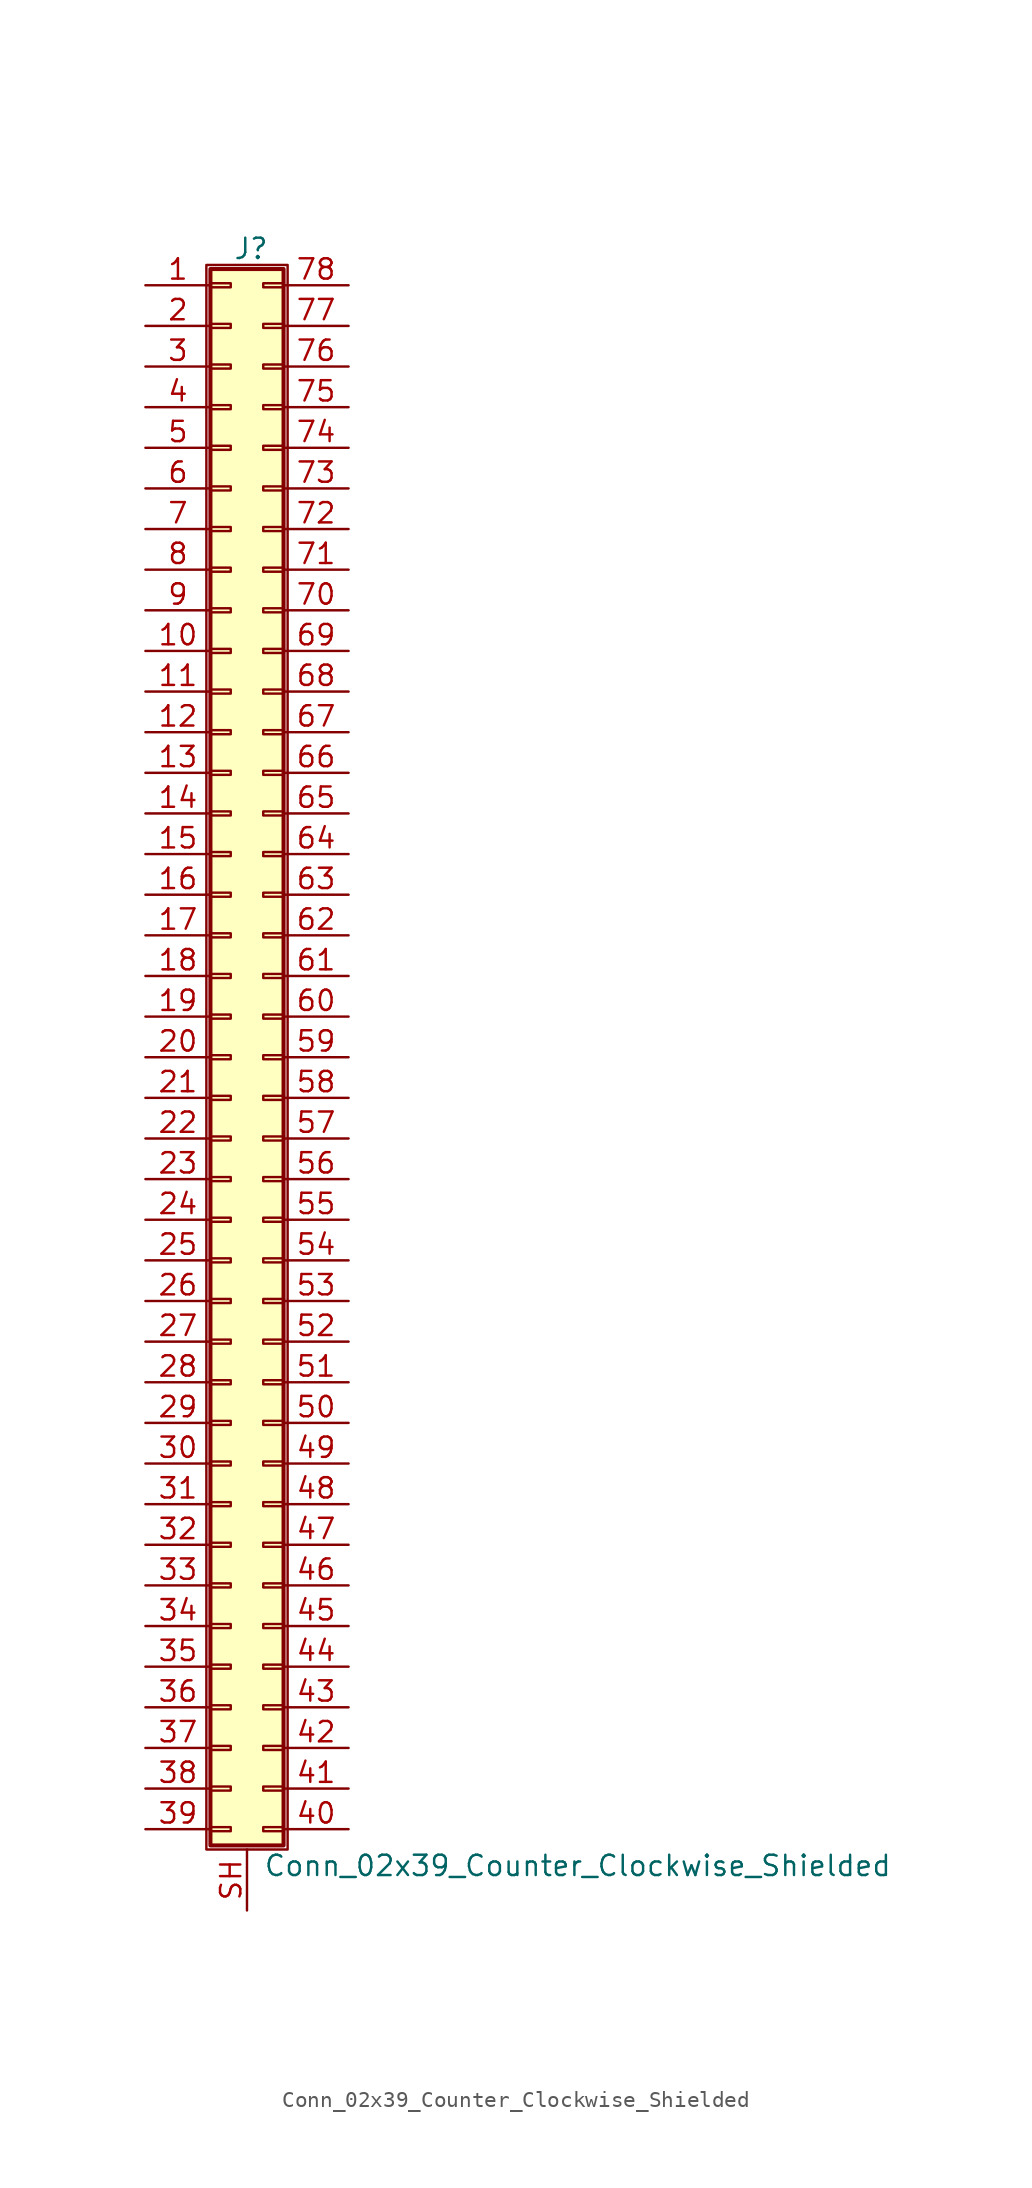
<source format=kicad_sym>
(kicad_symbol_lib
  (version 20220914)
  (generator kicad_symbol_editor)
  (symbol "Conn_02x39_Counter_Clockwise_Shielded"
    (pin_names
      (offset 1.016) hide)
    (property "Reference" "J"
      (at 1.524 50.546 0)
      (effects (font (size 1.27 1.27))))
    (property "Value" "Conn_02x39_Counter_Clockwise_Shielded"
      (at 2.286 -50.546 0)
      (effects (font (size 1.27 1.27)) (justify left)))
    (symbol "Conn_02x39_Counter_Clockwise_Shielded_1_1"
      (rectangle (start -1.27 49.53) (end 3.81 -49.53) (stroke (width 0.152) (type default)) (fill (type none)))
      (rectangle (start -1.016 -48.133) (end 0.254 -48.387) (stroke (width 0.152) (type default)) (fill (type none)))
      (rectangle (start -1.016 -45.593) (end 0.254 -45.847) (stroke (width 0.152) (type default)) (fill (type none)))
      (rectangle (start -1.016 -43.053) (end 0.254 -43.307) (stroke (width 0.152) (type default)) (fill (type none)))
      (rectangle (start -1.016 -40.513) (end 0.254 -40.767) (stroke (width 0.152) (type default)) (fill (type none)))
      (rectangle (start -1.016 -37.973) (end 0.254 -38.227) (stroke (width 0.152) (type default)) (fill (type none)))
      (rectangle (start -1.016 -35.433) (end 0.254 -35.687) (stroke (width 0.152) (type default)) (fill (type none)))
      (rectangle (start -1.016 -32.893) (end 0.254 -33.147) (stroke (width 0.152) (type default)) (fill (type none)))
      (rectangle (start -1.016 -30.353) (end 0.254 -30.607) (stroke (width 0.152) (type default)) (fill (type none)))
      (rectangle (start -1.016 -27.813) (end 0.254 -28.067) (stroke (width 0.152) (type default)) (fill (type none)))
      (rectangle (start -1.016 -25.273) (end 0.254 -25.527) (stroke (width 0.152) (type default)) (fill (type none)))
      (rectangle (start -1.016 -22.733) (end 0.254 -22.987) (stroke (width 0.152) (type default)) (fill (type none)))
      (rectangle (start -1.016 -20.193) (end 0.254 -20.447) (stroke (width 0.152) (type default)) (fill (type none)))
      (rectangle (start -1.016 -17.653) (end 0.254 -17.907) (stroke (width 0.152) (type default)) (fill (type none)))
      (rectangle (start -1.016 -15.113) (end 0.254 -15.367) (stroke (width 0.152) (type default)) (fill (type none)))
      (rectangle (start -1.016 -12.573) (end 0.254 -12.827) (stroke (width 0.152) (type default)) (fill (type none)))
      (rectangle (start -1.016 -10.033) (end 0.254 -10.287) (stroke (width 0.152) (type default)) (fill (type none)))
      (rectangle (start -1.016 -7.493) (end 0.254 -7.747) (stroke (width 0.152) (type default)) (fill (type none)))
      (rectangle (start -1.016 -4.953) (end 0.254 -5.207) (stroke (width 0.152) (type default)) (fill (type none)))
      (rectangle (start -1.016 -2.413) (end 0.254 -2.667) (stroke (width 0.152) (type default)) (fill (type none)))
      (rectangle (start -1.016 0.127) (end 0.254 -0.127) (stroke (width 0.152) (type default)) (fill (type none)))
      (rectangle (start -1.016 2.667) (end 0.254 2.413) (stroke (width 0.152) (type default)) (fill (type none)))
      (rectangle (start -1.016 5.207) (end 0.254 4.953) (stroke (width 0.152) (type default)) (fill (type none)))
      (rectangle (start -1.016 7.747) (end 0.254 7.493) (stroke (width 0.152) (type default)) (fill (type none)))
      (rectangle (start -1.016 10.287) (end 0.254 10.033) (stroke (width 0.152) (type default)) (fill (type none)))
      (rectangle (start -1.016 12.827) (end 0.254 12.573) (stroke (width 0.152) (type default)) (fill (type none)))
      (rectangle (start -1.016 15.367) (end 0.254 15.113) (stroke (width 0.152) (type default)) (fill (type none)))
      (rectangle (start -1.016 17.907) (end 0.254 17.653) (stroke (width 0.152) (type default)) (fill (type none)))
      (rectangle (start -1.016 20.447) (end 0.254 20.193) (stroke (width 0.152) (type default)) (fill (type none)))
      (rectangle (start -1.016 22.987) (end 0.254 22.733) (stroke (width 0.152) (type default)) (fill (type none)))
      (rectangle (start -1.016 25.527) (end 0.254 25.273) (stroke (width 0.152) (type default)) (fill (type none)))
      (rectangle (start -1.016 28.067) (end 0.254 27.813) (stroke (width 0.152) (type default)) (fill (type none)))
      (rectangle (start -1.016 30.607) (end 0.254 30.353) (stroke (width 0.152) (type default)) (fill (type none)))
      (rectangle (start -1.016 33.147) (end 0.254 32.893) (stroke (width 0.152) (type default)) (fill (type none)))
      (rectangle (start -1.016 35.687) (end 0.254 35.433) (stroke (width 0.152) (type default)) (fill (type none)))
      (rectangle (start -1.016 38.227) (end 0.254 37.973) (stroke (width 0.152) (type default)) (fill (type none)))
      (rectangle (start -1.016 40.767) (end 0.254 40.513) (stroke (width 0.152) (type default)) (fill (type none)))
      (rectangle (start -1.016 43.307) (end 0.254 43.053) (stroke (width 0.152) (type default)) (fill (type none)))
      (rectangle (start -1.016 45.847) (end 0.254 45.593) (stroke (width 0.152) (type default)) (fill (type none)))
      (rectangle (start -1.016 48.387) (end 0.254 48.133) (stroke (width 0.152) (type default)) (fill (type none)))
      (rectangle (start -1.016 49.276) (end 3.556 -49.276) (stroke (width 0.254) (type default)) (fill (type background)))
      (rectangle (start 3.556 -48.133) (end 2.286 -48.387) (stroke (width 0.152) (type default)) (fill (type none)))
      (rectangle (start 3.556 -45.593) (end 2.286 -45.847) (stroke (width 0.152) (type default)) (fill (type none)))
      (rectangle (start 3.556 -43.053) (end 2.286 -43.307) (stroke (width 0.152) (type default)) (fill (type none)))
      (rectangle (start 3.556 -40.513) (end 2.286 -40.767) (stroke (width 0.152) (type default)) (fill (type none)))
      (rectangle (start 3.556 -37.973) (end 2.286 -38.227) (stroke (width 0.152) (type default)) (fill (type none)))
      (rectangle (start 3.556 -35.433) (end 2.286 -35.687) (stroke (width 0.152) (type default)) (fill (type none)))
      (rectangle (start 3.556 -32.893) (end 2.286 -33.147) (stroke (width 0.152) (type default)) (fill (type none)))
      (rectangle (start 3.556 -30.353) (end 2.286 -30.607) (stroke (width 0.152) (type default)) (fill (type none)))
      (rectangle (start 3.556 -27.813) (end 2.286 -28.067) (stroke (width 0.152) (type default)) (fill (type none)))
      (rectangle (start 3.556 -25.273) (end 2.286 -25.527) (stroke (width 0.152) (type default)) (fill (type none)))
      (rectangle (start 3.556 -22.733) (end 2.286 -22.987) (stroke (width 0.152) (type default)) (fill (type none)))
      (rectangle (start 3.556 -20.193) (end 2.286 -20.447) (stroke (width 0.152) (type default)) (fill (type none)))
      (rectangle (start 3.556 -17.653) (end 2.286 -17.907) (stroke (width 0.152) (type default)) (fill (type none)))
      (rectangle (start 3.556 -15.113) (end 2.286 -15.367) (stroke (width 0.152) (type default)) (fill (type none)))
      (rectangle (start 3.556 -12.573) (end 2.286 -12.827) (stroke (width 0.152) (type default)) (fill (type none)))
      (rectangle (start 3.556 -10.033) (end 2.286 -10.287) (stroke (width 0.152) (type default)) (fill (type none)))
      (rectangle (start 3.556 -7.493) (end 2.286 -7.747) (stroke (width 0.152) (type default)) (fill (type none)))
      (rectangle (start 3.556 -4.953) (end 2.286 -5.207) (stroke (width 0.152) (type default)) (fill (type none)))
      (rectangle (start 3.556 -2.413) (end 2.286 -2.667) (stroke (width 0.152) (type default)) (fill (type none)))
      (rectangle (start 3.556 0.127) (end 2.286 -0.127) (stroke (width 0.152) (type default)) (fill (type none)))
      (rectangle (start 3.556 2.667) (end 2.286 2.413) (stroke (width 0.152) (type default)) (fill (type none)))
      (rectangle (start 3.556 5.207) (end 2.286 4.953) (stroke (width 0.152) (type default)) (fill (type none)))
      (rectangle (start 3.556 7.747) (end 2.286 7.493) (stroke (width 0.152) (type default)) (fill (type none)))
      (rectangle (start 3.556 10.287) (end 2.286 10.033) (stroke (width 0.152) (type default)) (fill (type none)))
      (rectangle (start 3.556 12.827) (end 2.286 12.573) (stroke (width 0.152) (type default)) (fill (type none)))
      (rectangle (start 3.556 15.367) (end 2.286 15.113) (stroke (width 0.152) (type default)) (fill (type none)))
      (rectangle (start 3.556 17.907) (end 2.286 17.653) (stroke (width 0.152) (type default)) (fill (type none)))
      (rectangle (start 3.556 20.447) (end 2.286 20.193) (stroke (width 0.152) (type default)) (fill (type none)))
      (rectangle (start 3.556 22.987) (end 2.286 22.733) (stroke (width 0.152) (type default)) (fill (type none)))
      (rectangle (start 3.556 25.527) (end 2.286 25.273) (stroke (width 0.152) (type default)) (fill (type none)))
      (rectangle (start 3.556 28.067) (end 2.286 27.813) (stroke (width 0.152) (type default)) (fill (type none)))
      (rectangle (start 3.556 30.607) (end 2.286 30.353) (stroke (width 0.152) (type default)) (fill (type none)))
      (rectangle (start 3.556 33.147) (end 2.286 32.893) (stroke (width 0.152) (type default)) (fill (type none)))
      (rectangle (start 3.556 35.687) (end 2.286 35.433) (stroke (width 0.152) (type default)) (fill (type none)))
      (rectangle (start 3.556 38.227) (end 2.286 37.973) (stroke (width 0.152) (type default)) (fill (type none)))
      (rectangle (start 3.556 40.767) (end 2.286 40.513) (stroke (width 0.152) (type default)) (fill (type none)))
      (rectangle (start 3.556 43.307) (end 2.286 43.053) (stroke (width 0.152) (type default)) (fill (type none)))
      (rectangle (start 3.556 45.847) (end 2.286 45.593) (stroke (width 0.152) (type default)) (fill (type none)))
      (rectangle (start 3.556 48.387) (end 2.286 48.133) (stroke (width 0.152) (type default)) (fill (type none)))
      (pin passive line (at -5.08 48.26 0) (length 4.064) (name "Pin_1" (effects (font (size 1.27 1.27)))) (number "1" (effects (font (size 1.27 1.27)))))
      (pin passive line (at -5.08 25.4 0) (length 4.064) (name "Pin_10" (effects (font (size 1.27 1.27)))) (number "10" (effects (font (size 1.27 1.27)))))
      (pin passive line (at -5.08 22.86 0) (length 4.064) (name "Pin_11" (effects (font (size 1.27 1.27)))) (number "11" (effects (font (size 1.27 1.27)))))
      (pin passive line (at -5.08 20.32 0) (length 4.064) (name "Pin_12" (effects (font (size 1.27 1.27)))) (number "12" (effects (font (size 1.27 1.27)))))
      (pin passive line (at -5.08 17.78 0) (length 4.064) (name "Pin_13" (effects (font (size 1.27 1.27)))) (number "13" (effects (font (size 1.27 1.27)))))
      (pin passive line (at -5.08 15.24 0) (length 4.064) (name "Pin_14" (effects (font (size 1.27 1.27)))) (number "14" (effects (font (size 1.27 1.27)))))
      (pin passive line (at -5.08 12.7 0) (length 4.064) (name "Pin_15" (effects (font (size 1.27 1.27)))) (number "15" (effects (font (size 1.27 1.27)))))
      (pin passive line (at -5.08 10.16 0) (length 4.064) (name "Pin_16" (effects (font (size 1.27 1.27)))) (number "16" (effects (font (size 1.27 1.27)))))
      (pin passive line (at -5.08 7.62 0) (length 4.064) (name "Pin_17" (effects (font (size 1.27 1.27)))) (number "17" (effects (font (size 1.27 1.27)))))
      (pin passive line (at -5.08 5.08 0) (length 4.064) (name "Pin_18" (effects (font (size 1.27 1.27)))) (number "18" (effects (font (size 1.27 1.27)))))
      (pin passive line (at -5.08 2.54 0) (length 4.064) (name "Pin_19" (effects (font (size 1.27 1.27)))) (number "19" (effects (font (size 1.27 1.27)))))
      (pin passive line (at -5.08 45.72 0) (length 4.064) (name "Pin_2" (effects (font (size 1.27 1.27)))) (number "2" (effects (font (size 1.27 1.27)))))
      (pin passive line (at -5.08 0 0) (length 4.064) (name "Pin_20" (effects (font (size 1.27 1.27)))) (number "20" (effects (font (size 1.27 1.27)))))
      (pin passive line (at -5.08 -2.54 0) (length 4.064) (name "Pin_21" (effects (font (size 1.27 1.27)))) (number "21" (effects (font (size 1.27 1.27)))))
      (pin passive line (at -5.08 -5.08 0) (length 4.064) (name "Pin_22" (effects (font (size 1.27 1.27)))) (number "22" (effects (font (size 1.27 1.27)))))
      (pin passive line (at -5.08 -7.62 0) (length 4.064) (name "Pin_23" (effects (font (size 1.27 1.27)))) (number "23" (effects (font (size 1.27 1.27)))))
      (pin passive line (at -5.08 -10.16 0) (length 4.064) (name "Pin_24" (effects (font (size 1.27 1.27)))) (number "24" (effects (font (size 1.27 1.27)))))
      (pin passive line (at -5.08 -12.7 0) (length 4.064) (name "Pin_25" (effects (font (size 1.27 1.27)))) (number "25" (effects (font (size 1.27 1.27)))))
      (pin passive line (at -5.08 -15.24 0) (length 4.064) (name "Pin_26" (effects (font (size 1.27 1.27)))) (number "26" (effects (font (size 1.27 1.27)))))
      (pin passive line (at -5.08 -17.78 0) (length 4.064) (name "Pin_27" (effects (font (size 1.27 1.27)))) (number "27" (effects (font (size 1.27 1.27)))))
      (pin passive line (at -5.08 -20.32 0) (length 4.064) (name "Pin_28" (effects (font (size 1.27 1.27)))) (number "28" (effects (font (size 1.27 1.27)))))
      (pin passive line (at -5.08 -22.86 0) (length 4.064) (name "Pin_29" (effects (font (size 1.27 1.27)))) (number "29" (effects (font (size 1.27 1.27)))))
      (pin passive line (at -5.08 43.18 0) (length 4.064) (name "Pin_3" (effects (font (size 1.27 1.27)))) (number "3" (effects (font (size 1.27 1.27)))))
      (pin passive line (at -5.08 -25.4 0) (length 4.064) (name "Pin_30" (effects (font (size 1.27 1.27)))) (number "30" (effects (font (size 1.27 1.27)))))
      (pin passive line (at -5.08 -27.94 0) (length 4.064) (name "Pin_31" (effects (font (size 1.27 1.27)))) (number "31" (effects (font (size 1.27 1.27)))))
      (pin passive line (at -5.08 -30.48 0) (length 4.064) (name "Pin_32" (effects (font (size 1.27 1.27)))) (number "32" (effects (font (size 1.27 1.27)))))
      (pin passive line (at -5.08 -33.02 0) (length 4.064) (name "Pin_33" (effects (font (size 1.27 1.27)))) (number "33" (effects (font (size 1.27 1.27)))))
      (pin passive line (at -5.08 -35.56 0) (length 4.064) (name "Pin_34" (effects (font (size 1.27 1.27)))) (number "34" (effects (font (size 1.27 1.27)))))
      (pin passive line (at -5.08 -38.1 0) (length 4.064) (name "Pin_35" (effects (font (size 1.27 1.27)))) (number "35" (effects (font (size 1.27 1.27)))))
      (pin passive line (at -5.08 -40.64 0) (length 4.064) (name "Pin_36" (effects (font (size 1.27 1.27)))) (number "36" (effects (font (size 1.27 1.27)))))
      (pin passive line (at -5.08 -43.18 0) (length 4.064) (name "Pin_37" (effects (font (size 1.27 1.27)))) (number "37" (effects (font (size 1.27 1.27)))))
      (pin passive line (at -5.08 -45.72 0) (length 4.064) (name "Pin_38" (effects (font (size 1.27 1.27)))) (number "38" (effects (font (size 1.27 1.27)))))
      (pin passive line (at -5.08 -48.26 0) (length 4.064) (name "Pin_39" (effects (font (size 1.27 1.27)))) (number "39" (effects (font (size 1.27 1.27)))))
      (pin passive line (at -5.08 40.64 0) (length 4.064) (name "Pin_4" (effects (font (size 1.27 1.27)))) (number "4" (effects (font (size 1.27 1.27)))))
      (pin passive line (at 7.62 -48.26 180) (length 4.064) (name "Pin_40" (effects (font (size 1.27 1.27)))) (number "40" (effects (font (size 1.27 1.27)))))
      (pin passive line (at 7.62 -45.72 180) (length 4.064) (name "Pin_41" (effects (font (size 1.27 1.27)))) (number "41" (effects (font (size 1.27 1.27)))))
      (pin passive line (at 7.62 -43.18 180) (length 4.064) (name "Pin_42" (effects (font (size 1.27 1.27)))) (number "42" (effects (font (size 1.27 1.27)))))
      (pin passive line (at 7.62 -40.64 180) (length 4.064) (name "Pin_43" (effects (font (size 1.27 1.27)))) (number "43" (effects (font (size 1.27 1.27)))))
      (pin passive line (at 7.62 -38.1 180) (length 4.064) (name "Pin_44" (effects (font (size 1.27 1.27)))) (number "44" (effects (font (size 1.27 1.27)))))
      (pin passive line (at 7.62 -35.56 180) (length 4.064) (name "Pin_45" (effects (font (size 1.27 1.27)))) (number "45" (effects (font (size 1.27 1.27)))))
      (pin passive line (at 7.62 -33.02 180) (length 4.064) (name "Pin_46" (effects (font (size 1.27 1.27)))) (number "46" (effects (font (size 1.27 1.27)))))
      (pin passive line (at 7.62 -30.48 180) (length 4.064) (name "Pin_47" (effects (font (size 1.27 1.27)))) (number "47" (effects (font (size 1.27 1.27)))))
      (pin passive line (at 7.62 -27.94 180) (length 4.064) (name "Pin_48" (effects (font (size 1.27 1.27)))) (number "48" (effects (font (size 1.27 1.27)))))
      (pin passive line (at 7.62 -25.4 180) (length 4.064) (name "Pin_49" (effects (font (size 1.27 1.27)))) (number "49" (effects (font (size 1.27 1.27)))))
      (pin passive line (at -5.08 38.1 0) (length 4.064) (name "Pin_5" (effects (font (size 1.27 1.27)))) (number "5" (effects (font (size 1.27 1.27)))))
      (pin passive line (at 7.62 -22.86 180) (length 4.064) (name "Pin_50" (effects (font (size 1.27 1.27)))) (number "50" (effects (font (size 1.27 1.27)))))
      (pin passive line (at 7.62 -20.32 180) (length 4.064) (name "Pin_51" (effects (font (size 1.27 1.27)))) (number "51" (effects (font (size 1.27 1.27)))))
      (pin passive line (at 7.62 -17.78 180) (length 4.064) (name "Pin_52" (effects (font (size 1.27 1.27)))) (number "52" (effects (font (size 1.27 1.27)))))
      (pin passive line (at 7.62 -15.24 180) (length 4.064) (name "Pin_53" (effects (font (size 1.27 1.27)))) (number "53" (effects (font (size 1.27 1.27)))))
      (pin passive line (at 7.62 -12.7 180) (length 4.064) (name "Pin_54" (effects (font (size 1.27 1.27)))) (number "54" (effects (font (size 1.27 1.27)))))
      (pin passive line (at 7.62 -10.16 180) (length 4.064) (name "Pin_55" (effects (font (size 1.27 1.27)))) (number "55" (effects (font (size 1.27 1.27)))))
      (pin passive line (at 7.62 -7.62 180) (length 4.064) (name "Pin_56" (effects (font (size 1.27 1.27)))) (number "56" (effects (font (size 1.27 1.27)))))
      (pin passive line (at 7.62 -5.08 180) (length 4.064) (name "Pin_57" (effects (font (size 1.27 1.27)))) (number "57" (effects (font (size 1.27 1.27)))))
      (pin passive line (at 7.62 -2.54 180) (length 4.064) (name "Pin_58" (effects (font (size 1.27 1.27)))) (number "58" (effects (font (size 1.27 1.27)))))
      (pin passive line (at 7.62 0 180) (length 4.064) (name "Pin_59" (effects (font (size 1.27 1.27)))) (number "59" (effects (font (size 1.27 1.27)))))
      (pin passive line (at -5.08 35.56 0) (length 4.064) (name "Pin_6" (effects (font (size 1.27 1.27)))) (number "6" (effects (font (size 1.27 1.27)))))
      (pin passive line (at 7.62 2.54 180) (length 4.064) (name "Pin_60" (effects (font (size 1.27 1.27)))) (number "60" (effects (font (size 1.27 1.27)))))
      (pin passive line (at 7.62 5.08 180) (length 4.064) (name "Pin_61" (effects (font (size 1.27 1.27)))) (number "61" (effects (font (size 1.27 1.27)))))
      (pin passive line (at 7.62 7.62 180) (length 4.064) (name "Pin_62" (effects (font (size 1.27 1.27)))) (number "62" (effects (font (size 1.27 1.27)))))
      (pin passive line (at 7.62 10.16 180) (length 4.064) (name "Pin_63" (effects (font (size 1.27 1.27)))) (number "63" (effects (font (size 1.27 1.27)))))
      (pin passive line (at 7.62 12.7 180) (length 4.064) (name "Pin_64" (effects (font (size 1.27 1.27)))) (number "64" (effects (font (size 1.27 1.27)))))
      (pin passive line (at 7.62 15.24 180) (length 4.064) (name "Pin_65" (effects (font (size 1.27 1.27)))) (number "65" (effects (font (size 1.27 1.27)))))
      (pin passive line (at 7.62 17.78 180) (length 4.064) (name "Pin_66" (effects (font (size 1.27 1.27)))) (number "66" (effects (font (size 1.27 1.27)))))
      (pin passive line (at 7.62 20.32 180) (length 4.064) (name "Pin_67" (effects (font (size 1.27 1.27)))) (number "67" (effects (font (size 1.27 1.27)))))
      (pin passive line (at 7.62 22.86 180) (length 4.064) (name "Pin_68" (effects (font (size 1.27 1.27)))) (number "68" (effects (font (size 1.27 1.27)))))
      (pin passive line (at 7.62 25.4 180) (length 4.064) (name "Pin_69" (effects (font (size 1.27 1.27)))) (number "69" (effects (font (size 1.27 1.27)))))
      (pin passive line (at -5.08 33.02 0) (length 4.064) (name "Pin_7" (effects (font (size 1.27 1.27)))) (number "7" (effects (font (size 1.27 1.27)))))
      (pin passive line (at 7.62 27.94 180) (length 4.064) (name "Pin_70" (effects (font (size 1.27 1.27)))) (number "70" (effects (font (size 1.27 1.27)))))
      (pin passive line (at 7.62 30.48 180) (length 4.064) (name "Pin_71" (effects (font (size 1.27 1.27)))) (number "71" (effects (font (size 1.27 1.27)))))
      (pin passive line (at 7.62 33.02 180) (length 4.064) (name "Pin_72" (effects (font (size 1.27 1.27)))) (number "72" (effects (font (size 1.27 1.27)))))
      (pin passive line (at 7.62 35.56 180) (length 4.064) (name "Pin_73" (effects (font (size 1.27 1.27)))) (number "73" (effects (font (size 1.27 1.27)))))
      (pin passive line (at 7.62 38.1 180) (length 4.064) (name "Pin_74" (effects (font (size 1.27 1.27)))) (number "74" (effects (font (size 1.27 1.27)))))
      (pin passive line (at 7.62 40.64 180) (length 4.064) (name "Pin_75" (effects (font (size 1.27 1.27)))) (number "75" (effects (font (size 1.27 1.27)))))
      (pin passive line (at 7.62 43.18 180) (length 4.064) (name "Pin_76" (effects (font (size 1.27 1.27)))) (number "76" (effects (font (size 1.27 1.27)))))
      (pin passive line (at 7.62 45.72 180) (length 4.064) (name "Pin_77" (effects (font (size 1.27 1.27)))) (number "77" (effects (font (size 1.27 1.27)))))
      (pin passive line (at 7.62 48.26 180) (length 4.064) (name "Pin_78" (effects (font (size 1.27 1.27)))) (number "78" (effects (font (size 1.27 1.27)))))
      (pin passive line (at -5.08 30.48 0) (length 4.064) (name "Pin_8" (effects (font (size 1.27 1.27)))) (number "8" (effects (font (size 1.27 1.27)))))
      (pin passive line (at -5.08 27.94 0) (length 4.064) (name "Pin_9" (effects (font (size 1.27 1.27)))) (number "9" (effects (font (size 1.27 1.27)))))
      (pin passive line (at 1.27 -53.34 90) (length 3.81) (name "Shield" (effects (font (size 1.27 1.27)))) (number "SH" (effects (font (size 1.27 1.27))))))))
</source>
